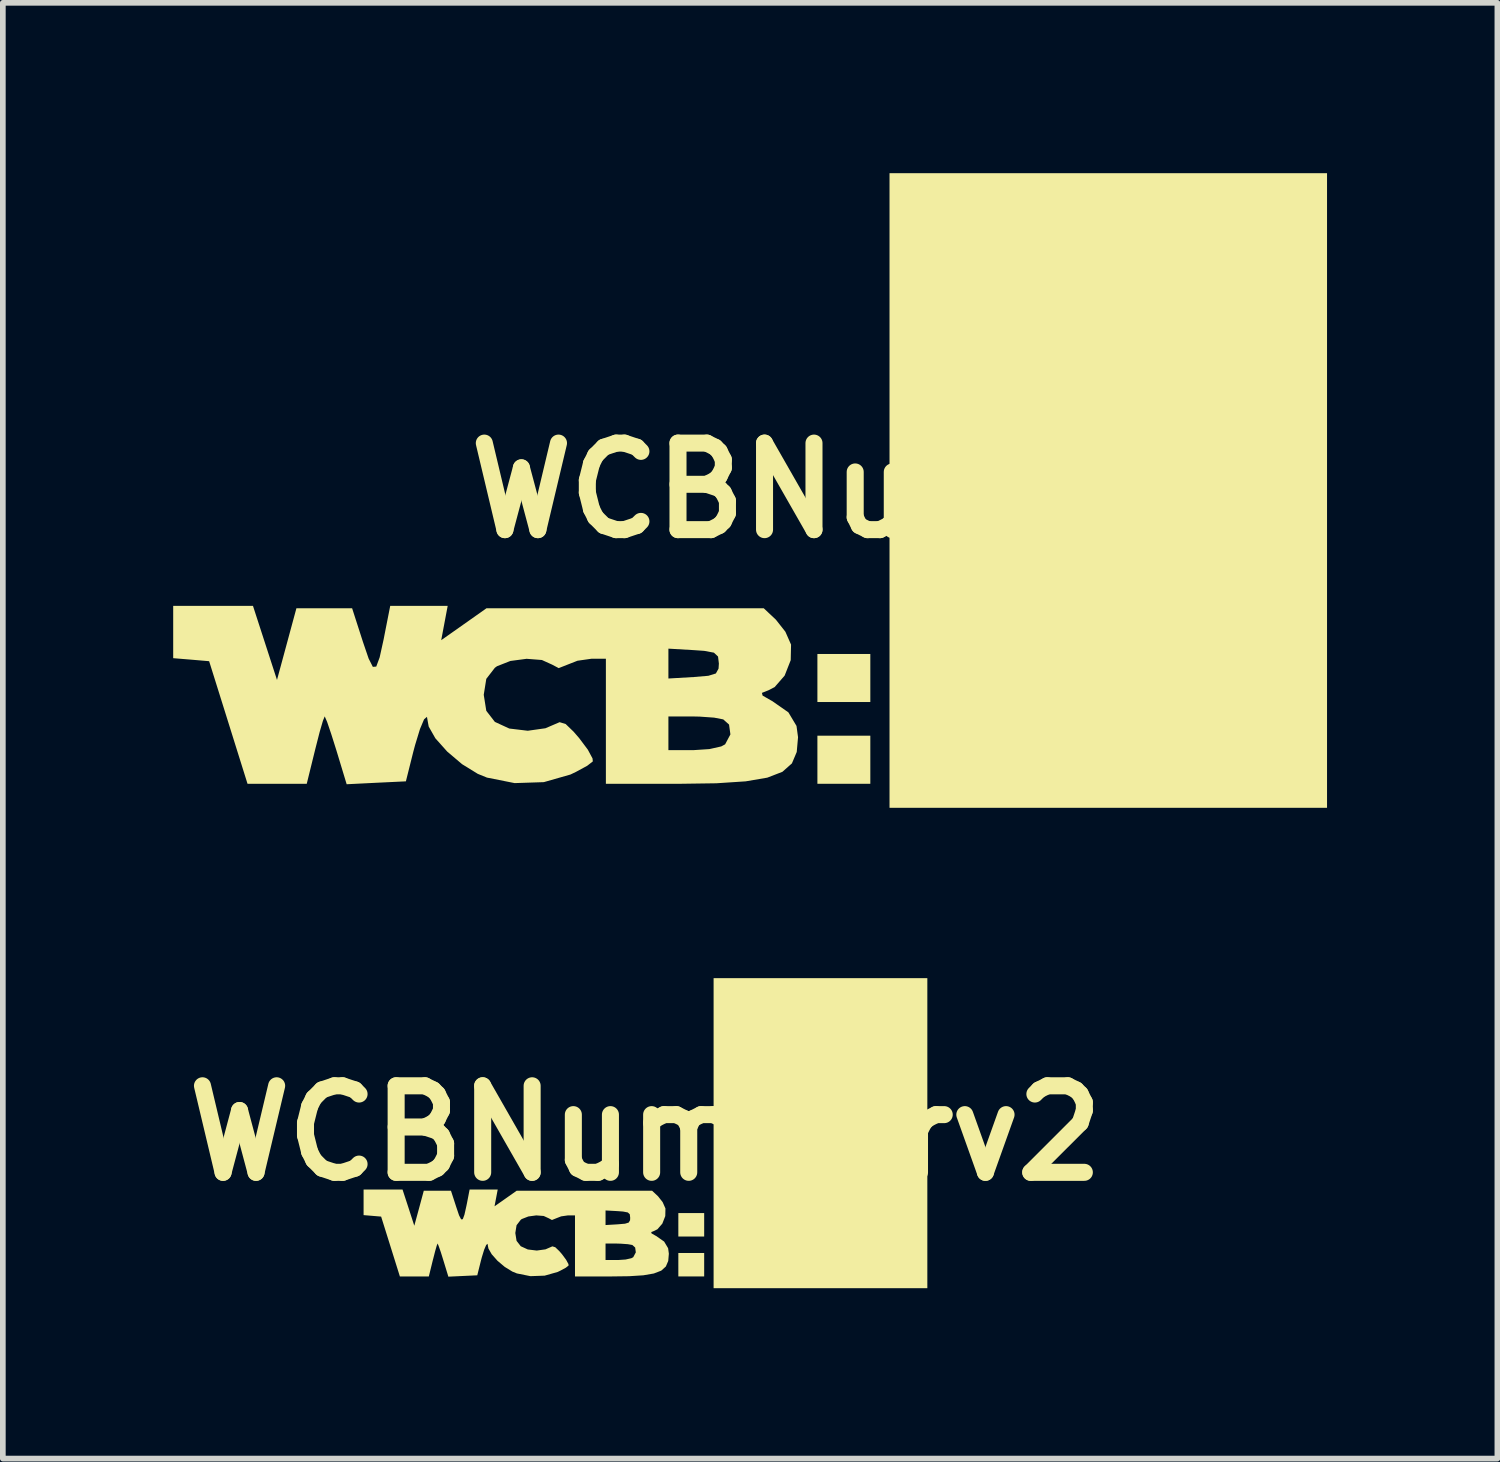
<source format=kicad_pcb>
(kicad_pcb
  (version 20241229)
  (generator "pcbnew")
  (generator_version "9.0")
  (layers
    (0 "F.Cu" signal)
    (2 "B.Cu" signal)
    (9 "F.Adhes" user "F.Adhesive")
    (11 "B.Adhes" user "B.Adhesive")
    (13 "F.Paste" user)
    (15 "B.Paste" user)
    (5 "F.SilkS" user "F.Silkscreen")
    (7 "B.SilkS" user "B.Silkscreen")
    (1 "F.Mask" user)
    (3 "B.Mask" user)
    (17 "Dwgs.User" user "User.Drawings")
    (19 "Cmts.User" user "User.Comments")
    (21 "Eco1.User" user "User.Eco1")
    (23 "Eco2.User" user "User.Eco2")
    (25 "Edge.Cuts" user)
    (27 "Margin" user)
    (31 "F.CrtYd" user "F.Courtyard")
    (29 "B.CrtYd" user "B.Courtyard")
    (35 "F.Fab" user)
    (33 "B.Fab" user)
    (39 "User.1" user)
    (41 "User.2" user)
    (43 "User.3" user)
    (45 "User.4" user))
  (footprint "WCBNum"
    (layer "F.Cu")
    (at 10.16 5.588)
    (property "Reference" "WCBNum" (at 0 0 0) (layer "F.SilkS") (effects (font (size 1.524 1.524) (thickness 0.3))))
    (attr board_only exclude_from_pos_files exclude_from_bom)
    (fp_poly (pts (xy 2.117 3.725) (xy 1.185 3.725) (xy 1.185 2.879) (xy 2.117 2.879)) (stroke (width 0) (type solid)) (fill yes) (layer "F.SilkS"))
    (fp_poly (pts (xy 2.117 5.165) (xy 1.185 5.165) (xy 1.185 4.318) (xy 2.117 4.318)) (stroke (width 0) (type solid)) (fill yes) (layer "F.SilkS"))
    (fp_poly (pts (xy 10.16 5.588) (xy 2.455 5.588) (xy 2.455 -5.588) (xy 10.16 -5.588)) (stroke (width 0) (type solid)) (fill yes) (layer "F.SilkS"))
    (fp_poly (pts (xy -8.332 3.336) (xy -8.161 2.705) (xy -7.99 2.074) (xy -7.009 2.074) (xy -6.818 2.667) (xy -6.718 2.96) (xy -6.644 3.106) (xy -6.584 3.101) (xy -6.524 2.939) (xy -6.49 2.785) (xy -1.439 2.785) (xy -1.439 3.311) (xy -0.995 3.285) (xy -0.735 3.263) (xy -0.603 3.222) (xy -0.556 3.137) (xy -0.55 3.048) (xy -0.565 2.924) (xy -0.637 2.856) (xy -0.808 2.824) (xy -0.995 2.811) (xy -1.439 2.785) (xy -6.49 2.785) (xy -6.453 2.617) (xy -6.434 2.519) (xy -6.338 2.032) (xy -5.326 2.032) (xy -5.383 2.334) (xy -5.44 2.636) (xy -5.041 2.355) (xy -4.643 2.074) (xy 0.24 2.074) (xy 0.454 2.275) (xy 0.621 2.487) (xy 0.721 2.714) (xy 0.721 2.714) (xy 0.715 2.988) (xy 0.608 3.26) (xy 0.432 3.462) (xy 0.324 3.518) (xy 0.208 3.564) (xy 0.22 3.612) (xy 0.37 3.698) (xy 0.387 3.707) (xy 0.674 3.907) (xy 0.817 4.146) (xy 0.844 4.345) (xy 0.821 4.605) (xy 0.736 4.806) (xy 0.569 4.954) (xy 0.303 5.057) (xy -0.078 5.122) (xy -0.594 5.156) (xy -1.225 5.165) (xy -2.54 5.165) (xy -2.54 4.572) (xy -1.439 4.572) (xy -0.991 4.572) (xy -0.717 4.554) (xy -0.508 4.507) (xy -0.44 4.47) (xy -0.347 4.295) (xy -0.371 4.122) (xy -0.473 4.031) (xy -0.634 4) (xy -0.888 3.982) (xy -1.023 3.979) (xy -1.439 3.979) (xy -1.439 4.572) (xy -2.54 4.572) (xy -2.54 2.963) (xy -2.795 2.963) (xy -3.04 2.998) (xy -3.216 3.067) (xy -3.371 3.128) (xy -3.486 3.067) (xy -3.667 2.985) (xy -3.936 2.964) (xy -4.222 3.002) (xy -4.458 3.095) (xy -4.495 3.122) (xy -4.646 3.317) (xy -4.691 3.598) (xy -4.646 3.88) (xy -4.495 4.075) (xy -4.241 4.192) (xy -3.916 4.231) (xy -3.604 4.187) (xy -3.467 4.128) (xy -3.355 4.08) (xy -3.249 4.112) (xy -3.108 4.248) (xy -3.011 4.36) (xy -2.858 4.564) (xy -2.775 4.719) (xy -2.77 4.771) (xy -2.869 4.848) (xy -3.066 4.955) (xy -3.164 5.002) (xy -3.633 5.136) (xy -4.147 5.153) (xy -4.634 5.056) (xy -4.796 4.99) (xy -5.072 4.82) (xy -5.334 4.598) (xy -5.543 4.364) (xy -5.66 4.158) (xy -5.673 4.089) (xy -5.691 3.986) (xy -5.742 4.03) (xy -5.814 4.201) (xy -5.9 4.483) (xy -5.931 4.599) (xy -6.062 5.122) (xy -6.583 5.147) (xy -7.105 5.173) (xy -7.286 4.576) (xy -7.377 4.288) (xy -7.449 4.076) (xy -7.49 3.981) (xy -7.492 3.979) (xy -7.523 4.055) (xy -7.581 4.254) (xy -7.653 4.536) (xy -7.662 4.572) (xy -7.808 5.165) (xy -8.851 5.165) (xy -9.189 4.085) (xy -9.527 3.006) (xy -9.843 2.979) (xy -10.16 2.953) (xy -10.16 2.032) (xy -8.755 2.032)) (stroke (width 0) (type solid)) (fill yes) (layer "F.SilkS")))
  (footprint "WCBNumberv2"
    (layer "F.Cu")
    (at 8.317 16.906)
    (property "Reference" "WCBNumberv2" (at 0 0 0) (layer "F.SilkS") (effects (font (size 1.524 1.524) (thickness 0.3))))
    (attr board_only exclude_from_pos_files exclude_from_bom)
    (fp_poly (pts (xy 1.034 1.82) (xy 0.579 1.82) (xy 0.579 1.407) (xy 1.034 1.407)) (stroke (width 0) (type solid)) (fill yes) (layer "F.SilkS"))
    (fp_poly (pts (xy 1.034 2.523) (xy 0.579 2.523) (xy 0.579 2.11) (xy 1.034 2.11)) (stroke (width 0) (type solid)) (fill yes) (layer "F.SilkS"))
    (fp_poly (pts (xy 4.964 2.73) (xy 1.2 2.73) (xy 1.2 -2.73) (xy 4.964 -2.73)) (stroke (width 0) (type solid)) (fill yes) (layer "F.SilkS"))
    (fp_poly (pts (xy -4.174 1.311) (xy -4.071 1.63) (xy -3.987 1.322) (xy -3.904 1.014) (xy -3.425 1.014) (xy -3.331 1.303) (xy -3.283 1.446) (xy -3.246 1.518) (xy -3.217 1.515) (xy -3.188 1.436) (xy -3.171 1.361) (xy -0.703 1.361) (xy -0.703 1.618) (xy -0.486 1.605) (xy -0.359 1.594) (xy -0.295 1.574) (xy -0.271 1.533) (xy -0.269 1.489) (xy -0.276 1.428) (xy -0.311 1.396) (xy -0.395 1.38) (xy -0.486 1.373) (xy -0.703 1.361) (xy -3.171 1.361) (xy -3.153 1.279) (xy -3.143 1.231) (xy -3.097 0.993) (xy -2.602 0.993) (xy -2.63 1.14) (xy -2.658 1.288) (xy -2.463 1.151) (xy -2.269 1.014) (xy 0.117 1.014) (xy 0.222 1.112) (xy 0.303 1.215) (xy 0.352 1.326) (xy 0.352 1.326) (xy 0.349 1.46) (xy 0.297 1.593) (xy 0.211 1.692) (xy 0.158 1.719) (xy 0.102 1.741) (xy 0.107 1.765) (xy 0.181 1.807) (xy 0.189 1.811) (xy 0.329 1.909) (xy 0.399 2.026) (xy 0.412 2.123) (xy 0.401 2.25) (xy 0.359 2.348) (xy 0.278 2.421) (xy 0.148 2.471) (xy -0.038 2.503) (xy -0.29 2.519) (xy -0.599 2.523) (xy -1.241 2.523) (xy -1.241 2.234) (xy -0.703 2.234) (xy -0.484 2.234) (xy -0.35 2.225) (xy -0.248 2.202) (xy -0.215 2.184) (xy -0.17 2.099) (xy -0.181 2.014) (xy -0.231 1.969) (xy -0.31 1.955) (xy -0.434 1.946) (xy -0.5 1.944) (xy -0.703 1.944) (xy -0.703 2.234) (xy -1.241 2.234) (xy -1.241 1.448) (xy -1.366 1.448) (xy -1.485 1.465) (xy -1.572 1.499) (xy -1.647 1.529) (xy -1.703 1.499) (xy -1.792 1.458) (xy -1.923 1.448) (xy -2.063 1.467) (xy -2.178 1.512) (xy -2.196 1.525) (xy -2.27 1.621) (xy -2.292 1.758) (xy -2.27 1.896) (xy -2.196 1.991) (xy -2.072 2.048) (xy -1.914 2.067) (xy -1.761 2.046) (xy -1.694 2.017) (xy -1.639 1.993) (xy -1.588 2.009) (xy -1.518 2.076) (xy -1.471 2.13) (xy -1.397 2.23) (xy -1.356 2.306) (xy -1.354 2.331) (xy -1.402 2.369) (xy -1.498 2.421) (xy -1.546 2.444) (xy -1.775 2.509) (xy -2.026 2.518) (xy -2.264 2.47) (xy -2.343 2.438) (xy -2.478 2.355) (xy -2.606 2.247) (xy -2.708 2.132) (xy -2.765 2.032) (xy -2.772 1.998) (xy -2.781 1.948) (xy -2.805 1.969) (xy -2.841 2.053) (xy -2.883 2.19) (xy -2.898 2.247) (xy -2.962 2.503) (xy -3.217 2.515) (xy -3.471 2.527) (xy -3.56 2.236) (xy -3.604 2.095) (xy -3.64 1.992) (xy -3.659 1.945) (xy -3.661 1.944) (xy -3.676 1.981) (xy -3.704 2.079) (xy -3.739 2.216) (xy -3.744 2.234) (xy -3.815 2.523) (xy -4.325 2.523) (xy -4.49 1.996) (xy -4.655 1.469) (xy -4.809 1.456) (xy -4.964 1.443) (xy -4.964 0.993) (xy -4.278 0.993)) (stroke (width 0) (type solid)) (fill yes) (layer "F.SilkS")))
  (gr_rect
    (start -3 -3)
    (end 23.32 22.637)
    (stroke (width 0.1) (type default))
    (fill no)
    (layer "Edge.Cuts")))
</source>
